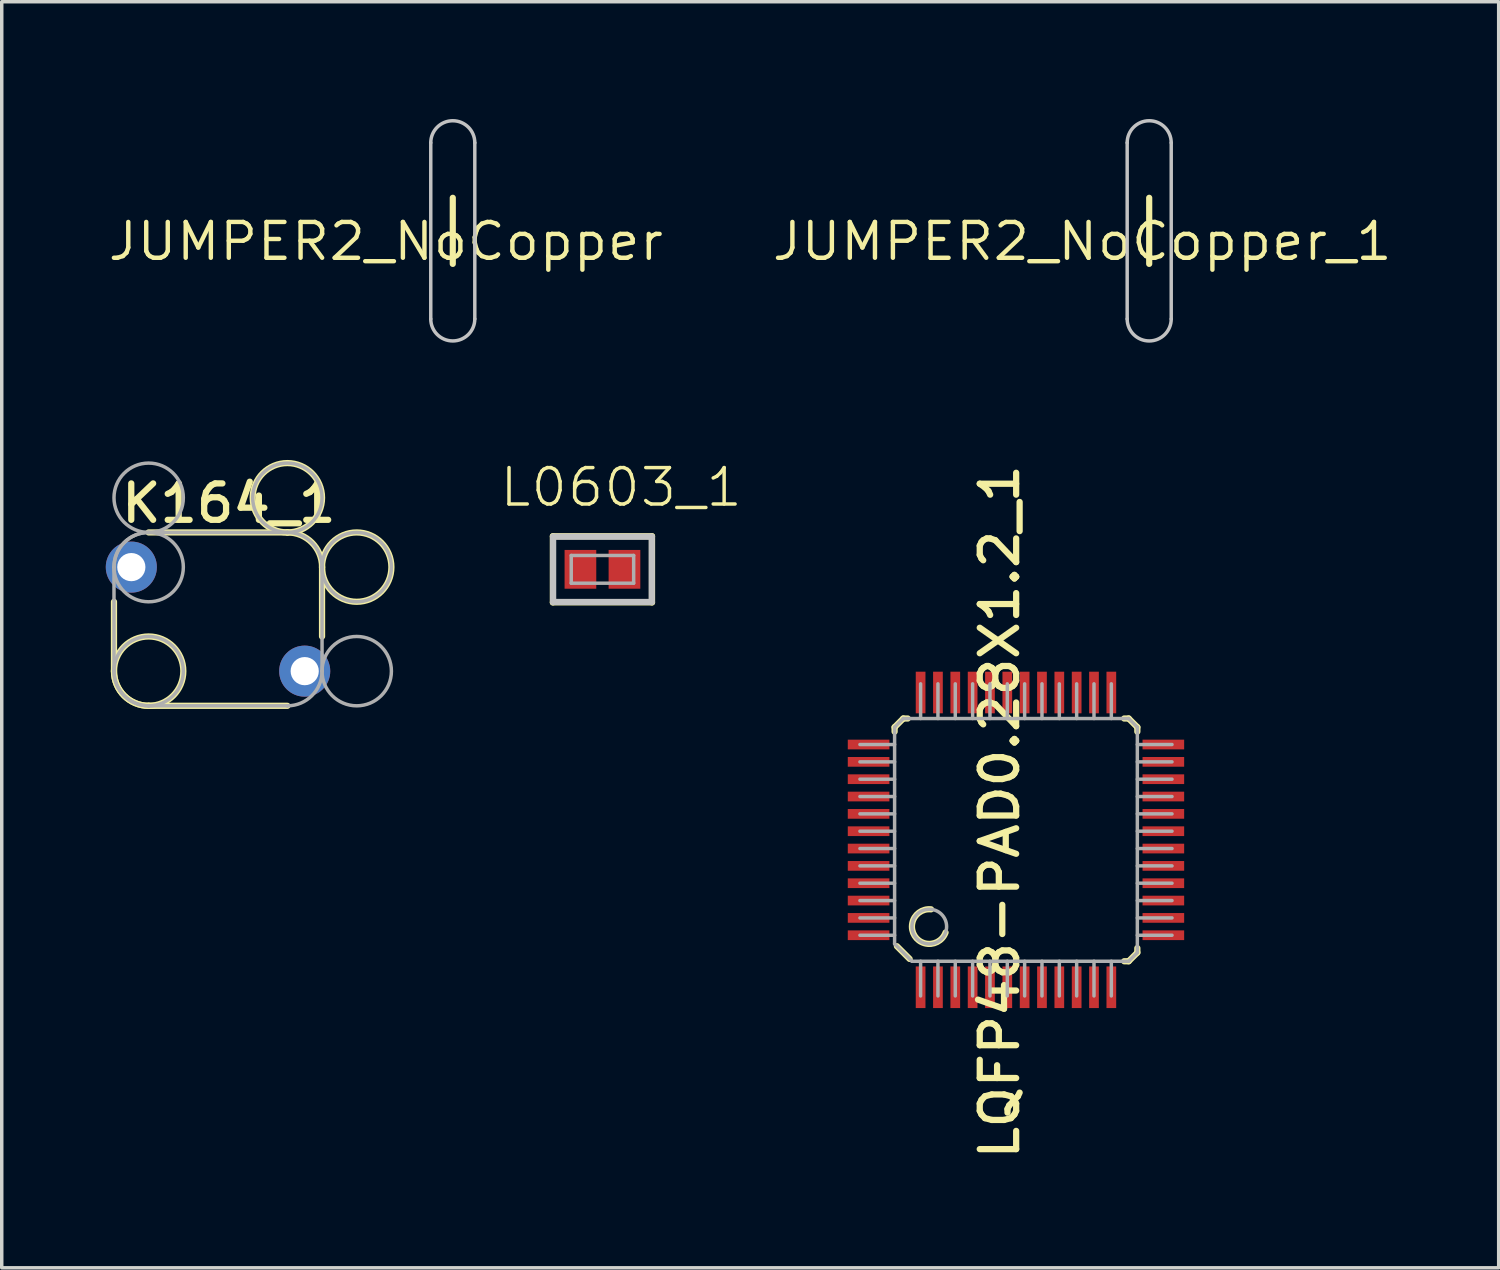
<source format=kicad_pcb>
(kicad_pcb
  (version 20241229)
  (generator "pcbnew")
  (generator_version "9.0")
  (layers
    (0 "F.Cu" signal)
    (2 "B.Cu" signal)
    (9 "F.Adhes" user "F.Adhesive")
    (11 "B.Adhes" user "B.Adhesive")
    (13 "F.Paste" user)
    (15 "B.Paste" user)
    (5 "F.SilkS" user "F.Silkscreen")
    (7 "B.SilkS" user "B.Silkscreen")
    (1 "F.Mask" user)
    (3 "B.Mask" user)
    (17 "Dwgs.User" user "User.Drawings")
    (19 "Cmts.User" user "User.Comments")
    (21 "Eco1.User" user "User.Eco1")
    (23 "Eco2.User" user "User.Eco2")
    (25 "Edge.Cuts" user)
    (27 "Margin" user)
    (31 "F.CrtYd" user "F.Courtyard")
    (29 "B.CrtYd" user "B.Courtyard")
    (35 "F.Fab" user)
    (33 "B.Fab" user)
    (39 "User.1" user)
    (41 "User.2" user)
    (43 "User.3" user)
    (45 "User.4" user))
  (footprint "LQFP48-PAD0.28X1.2_1"
    (layer "F.Cu")
    (at 26.248 21.17)
    (property "Reference" "LQFP48-PAD0.28X1.2_1" (at -0.471 -0.808 90) (unlocked yes) (layer "F.SilkS") (effects (font (size 1.05 1.104) (thickness 0.18))))
    (attr smd)
    (fp_line (start -3.5 -3.25) (end -3.25 -3.5) (stroke (width 0.18) (type solid)) (layer "F.SilkS"))
    (fp_line (start -3.5 -3.121) (end -3.5 -3.25) (stroke (width 0.18) (type solid)) (layer "F.SilkS"))
    (fp_line (start -3.433 3.067) (end -3.067 3.433) (stroke (width 0.18) (type solid)) (layer "F.SilkS"))
    (fp_line (start -3.25 -3.5) (end -3.121 -3.5) (stroke (width 0.18) (type solid)) (layer "F.SilkS"))
    (fp_line (start 3.121 -3.5) (end 3.25 -3.5) (stroke (width 0.18) (type solid)) (layer "F.SilkS"))
    (fp_line (start 3.121 3.5) (end 3.25 3.5) (stroke (width 0.18) (type solid)) (layer "F.SilkS"))
    (fp_line (start 3.25 -3.5) (end 3.5 -3.25) (stroke (width 0.18) (type solid)) (layer "F.SilkS"))
    (fp_line (start 3.25 3.5) (end 3.5 3.25) (stroke (width 0.18) (type solid)) (layer "F.SilkS"))
    (fp_line (start 3.5 -3.121) (end 3.5 -3.25) (stroke (width 0.18) (type solid)) (layer "F.SilkS"))
    (fp_line (start 3.5 3.25) (end 3.5 3.121) (stroke (width 0.18) (type solid)) (layer "F.SilkS"))
    (fp_arc (start -2.030453 2.671816) (mid -2.924005 2.764944) (end -2.448595 2.002649) (stroke (width 0.18) (type solid)) (layer "F.SilkS"))
    (fp_line (start -4.5 -2.75) (end -3.5 -2.75) (stroke (width 0.1) (type solid)) (layer "F.Fab"))
    (fp_line (start -4.5 -2.25) (end -3.5 -2.25) (stroke (width 0.1) (type solid)) (layer "F.Fab"))
    (fp_line (start -4.5 -1.75) (end -3.5 -1.75) (stroke (width 0.1) (type solid)) (layer "F.Fab"))
    (fp_line (start -4.5 -1.25) (end -3.5 -1.25) (stroke (width 0.1) (type solid)) (layer "F.Fab"))
    (fp_line (start -4.5 -0.75) (end -3.5 -0.75) (stroke (width 0.1) (type solid)) (layer "F.Fab"))
    (fp_line (start -4.5 -0.25) (end -3.5 -0.25) (stroke (width 0.1) (type solid)) (layer "F.Fab"))
    (fp_line (start -4.5 0.25) (end -3.5 0.25) (stroke (width 0.1) (type solid)) (layer "F.Fab"))
    (fp_line (start -4.5 0.75) (end -3.5 0.75) (stroke (width 0.1) (type solid)) (layer "F.Fab"))
    (fp_line (start -4.5 1.25) (end -3.5 1.25) (stroke (width 0.1) (type solid)) (layer "F.Fab"))
    (fp_line (start -4.5 1.75) (end -3.5 1.75) (stroke (width 0.1) (type solid)) (layer "F.Fab"))
    (fp_line (start -4.5 2.25) (end -3.5 2.25) (stroke (width 0.1) (type solid)) (layer "F.Fab"))
    (fp_line (start -4.5 2.75) (end -3.5 2.75) (stroke (width 0.1) (type solid)) (layer "F.Fab"))
    (fp_line (start -3.5 -3.25) (end -3.25 -3.5) (stroke (width 0.1) (type solid)) (layer "F.Fab"))
    (fp_line (start -3.5 3) (end -3.5 -3.25) (stroke (width 0.1) (type solid)) (layer "F.Fab"))
    (fp_line (start -3.5 3) (end -3 3.5) (stroke (width 0.1) (type solid)) (layer "F.Fab"))
    (fp_line (start -3.25 -3.5) (end 3.25 -3.5) (stroke (width 0.1) (type solid)) (layer "F.Fab"))
    (fp_line (start -3 3.5) (end 3.25 3.5) (stroke (width 0.1) (type solid)) (layer "F.Fab"))
    (fp_line (start -2.75 -3.5) (end -2.75 -4.5) (stroke (width 0.1) (type solid)) (layer "F.Fab"))
    (fp_line (start -2.75 4.5) (end -2.75 3.5) (stroke (width 0.1) (type solid)) (layer "F.Fab"))
    (fp_line (start -2.25 -3.5) (end -2.25 -4.5) (stroke (width 0.1) (type solid)) (layer "F.Fab"))
    (fp_line (start -2.25 4.5) (end -2.25 3.5) (stroke (width 0.1) (type solid)) (layer "F.Fab"))
    (fp_line (start -1.75 -3.5) (end -1.75 -4.5) (stroke (width 0.1) (type solid)) (layer "F.Fab"))
    (fp_line (start -1.75 4.5) (end -1.75 3.5) (stroke (width 0.1) (type solid)) (layer "F.Fab"))
    (fp_line (start -1.25 -3.5) (end -1.25 -4.5) (stroke (width 0.1) (type solid)) (layer "F.Fab"))
    (fp_line (start -1.25 4.5) (end -1.25 3.5) (stroke (width 0.1) (type solid)) (layer "F.Fab"))
    (fp_line (start -0.75 -3.5) (end -0.75 -4.5) (stroke (width 0.1) (type solid)) (layer "F.Fab"))
    (fp_line (start -0.75 4.5) (end -0.75 3.5) (stroke (width 0.1) (type solid)) (layer "F.Fab"))
    (fp_line (start -0.25 -3.5) (end -0.25 -4.5) (stroke (width 0.1) (type solid)) (layer "F.Fab"))
    (fp_line (start -0.25 4.5) (end -0.25 3.5) (stroke (width 0.1) (type solid)) (layer "F.Fab"))
    (fp_line (start 0.25 -3.5) (end 0.25 -4.5) (stroke (width 0.1) (type solid)) (layer "F.Fab"))
    (fp_line (start 0.25 4.5) (end 0.25 3.5) (stroke (width 0.1) (type solid)) (layer "F.Fab"))
    (fp_line (start 0.75 -3.5) (end 0.75 -4.5) (stroke (width 0.1) (type solid)) (layer "F.Fab"))
    (fp_line (start 0.75 4.5) (end 0.75 3.5) (stroke (width 0.1) (type solid)) (layer "F.Fab"))
    (fp_line (start 1.25 -3.5) (end 1.25 -4.5) (stroke (width 0.1) (type solid)) (layer "F.Fab"))
    (fp_line (start 1.25 4.5) (end 1.25 3.5) (stroke (width 0.1) (type solid)) (layer "F.Fab"))
    (fp_line (start 1.75 -3.5) (end 1.75 -4.5) (stroke (width 0.1) (type solid)) (layer "F.Fab"))
    (fp_line (start 1.75 4.5) (end 1.75 3.5) (stroke (width 0.1) (type solid)) (layer "F.Fab"))
    (fp_line (start 2.25 -3.5) (end 2.25 -4.5) (stroke (width 0.1) (type solid)) (layer "F.Fab"))
    (fp_line (start 2.25 4.5) (end 2.25 3.5) (stroke (width 0.1) (type solid)) (layer "F.Fab"))
    (fp_line (start 2.75 -3.5) (end 2.75 -4.5) (stroke (width 0.1) (type solid)) (layer "F.Fab"))
    (fp_line (start 2.75 4.5) (end 2.75 3.5) (stroke (width 0.1) (type solid)) (layer "F.Fab"))
    (fp_line (start 3.25 -3.5) (end 3.5 -3.25) (stroke (width 0.1) (type solid)) (layer "F.Fab"))
    (fp_line (start 3.25 3.5) (end 3.5 3.25) (stroke (width 0.1) (type solid)) (layer "F.Fab"))
    (fp_line (start 3.5 -2.75) (end 4.5 -2.75) (stroke (width 0.1) (type solid)) (layer "F.Fab"))
    (fp_line (start 3.5 -2.25) (end 4.5 -2.25) (stroke (width 0.1) (type solid)) (layer "F.Fab"))
    (fp_line (start 3.5 -1.75) (end 4.5 -1.75) (stroke (width 0.1) (type solid)) (layer "F.Fab"))
    (fp_line (start 3.5 -1.25) (end 4.5 -1.25) (stroke (width 0.1) (type solid)) (layer "F.Fab"))
    (fp_line (start 3.5 -0.75) (end 4.5 -0.75) (stroke (width 0.1) (type solid)) (layer "F.Fab"))
    (fp_line (start 3.5 -0.25) (end 4.5 -0.25) (stroke (width 0.1) (type solid)) (layer "F.Fab"))
    (fp_line (start 3.5 0.25) (end 4.5 0.25) (stroke (width 0.1) (type solid)) (layer "F.Fab"))
    (fp_line (start 3.5 0.75) (end 4.5 0.75) (stroke (width 0.1) (type solid)) (layer "F.Fab"))
    (fp_line (start 3.5 1.25) (end 4.5 1.25) (stroke (width 0.1) (type solid)) (layer "F.Fab"))
    (fp_line (start 3.5 1.75) (end 4.5 1.75) (stroke (width 0.1) (type solid)) (layer "F.Fab"))
    (fp_line (start 3.5 2.25) (end 4.5 2.25) (stroke (width 0.1) (type solid)) (layer "F.Fab"))
    (fp_line (start 3.5 2.75) (end 4.5 2.75) (stroke (width 0.1) (type solid)) (layer "F.Fab"))
    (fp_line (start 3.5 3.25) (end 3.5 -3.25) (stroke (width 0.1) (type solid)) (layer "F.Fab"))
    (fp_circle (center -2.5 2.5) (end -2 2.5) (stroke (width 0.1) (type solid)) (fill no) (layer "F.Fab"))
    (pad "1" smd rect (at -2.75 4.25) (size 0.28 1.2) (layers "F.Cu" "F.Mask" "F.Paste"))
    (pad "2" smd rect (at -2.25 4.25) (size 0.28 1.2) (layers "F.Cu" "F.Mask" "F.Paste"))
    (pad "3" smd rect (at -1.75 4.25) (size 0.28 1.2) (layers "F.Cu" "F.Mask" "F.Paste"))
    (pad "4" smd rect (at -1.25 4.25) (size 0.28 1.2) (layers "F.Cu" "F.Mask" "F.Paste"))
    (pad "5" smd rect (at -0.75 4.25) (size 0.28 1.2) (layers "F.Cu" "F.Mask" "F.Paste"))
    (pad "6" smd rect (at -0.25 4.25) (size 0.28 1.2) (layers "F.Cu" "F.Mask" "F.Paste"))
    (pad "7" smd rect (at 0.25 4.25) (size 0.28 1.2) (layers "F.Cu" "F.Mask" "F.Paste"))
    (pad "8" smd rect (at 0.75 4.25) (size 0.28 1.2) (layers "F.Cu" "F.Mask" "F.Paste"))
    (pad "9" smd rect (at 1.25 4.25) (size 0.28 1.2) (layers "F.Cu" "F.Mask" "F.Paste"))
    (pad "10" smd rect (at 1.75 4.25) (size 0.28 1.2) (layers "F.Cu" "F.Mask" "F.Paste"))
    (pad "11" smd rect (at 2.25 4.25) (size 0.28 1.2) (layers "F.Cu" "F.Mask" "F.Paste"))
    (pad "12" smd rect (at 2.75 4.25) (size 0.28 1.2) (layers "F.Cu" "F.Mask" "F.Paste"))
    (pad "13" smd rect (at 4.25 2.75 90) (size 0.28 1.2) (layers "F.Cu" "F.Mask" "F.Paste"))
    (pad "14" smd rect (at 4.25 2.25 90) (size 0.28 1.2) (layers "F.Cu" "F.Mask" "F.Paste"))
    (pad "15" smd rect (at 4.25 1.75 90) (size 0.28 1.2) (layers "F.Cu" "F.Mask" "F.Paste"))
    (pad "16" smd rect (at 4.25 1.25 90) (size 0.28 1.2) (layers "F.Cu" "F.Mask" "F.Paste"))
    (pad "17" smd rect (at 4.25 0.75 90) (size 0.28 1.2) (layers "F.Cu" "F.Mask" "F.Paste"))
    (pad "18" smd rect (at 4.25 0.25 90) (size 0.28 1.2) (layers "F.Cu" "F.Mask" "F.Paste"))
    (pad "19" smd rect (at 4.25 -0.25 90) (size 0.28 1.2) (layers "F.Cu" "F.Mask" "F.Paste"))
    (pad "20" smd rect (at 4.25 -0.75 90) (size 0.28 1.2) (layers "F.Cu" "F.Mask" "F.Paste"))
    (pad "21" smd rect (at 4.25 -1.25 90) (size 0.28 1.2) (layers "F.Cu" "F.Mask" "F.Paste"))
    (pad "22" smd rect (at 4.25 -1.75 90) (size 0.28 1.2) (layers "F.Cu" "F.Mask" "F.Paste"))
    (pad "23" smd rect (at 4.25 -2.25 90) (size 0.28 1.2) (layers "F.Cu" "F.Mask" "F.Paste"))
    (pad "24" smd rect (at 4.25 -2.75 90) (size 0.28 1.2) (layers "F.Cu" "F.Mask" "F.Paste"))
    (pad "25" smd rect (at 2.75 -4.25) (size 0.28 1.2) (layers "F.Cu" "F.Mask" "F.Paste"))
    (pad "26" smd rect (at 2.25 -4.25) (size 0.28 1.2) (layers "F.Cu" "F.Mask" "F.Paste"))
    (pad "27" smd rect (at 1.75 -4.25) (size 0.28 1.2) (layers "F.Cu" "F.Mask" "F.Paste"))
    (pad "28" smd rect (at 1.25 -4.25) (size 0.28 1.2) (layers "F.Cu" "F.Mask" "F.Paste"))
    (pad "29" smd rect (at 0.75 -4.25) (size 0.28 1.2) (layers "F.Cu" "F.Mask" "F.Paste"))
    (pad "30" smd rect (at 0.25 -4.25) (size 0.28 1.2) (layers "F.Cu" "F.Mask" "F.Paste"))
    (pad "31" smd rect (at -0.25 -4.25) (size 0.28 1.2) (layers "F.Cu" "F.Mask" "F.Paste"))
    (pad "32" smd rect (at -0.75 -4.25) (size 0.28 1.2) (layers "F.Cu" "F.Mask" "F.Paste"))
    (pad "33" smd rect (at -1.25 -4.25) (size 0.28 1.2) (layers "F.Cu" "F.Mask" "F.Paste"))
    (pad "34" smd rect (at -1.75 -4.25) (size 0.28 1.2) (layers "F.Cu" "F.Mask" "F.Paste"))
    (pad "35" smd rect (at -2.25 -4.25) (size 0.28 1.2) (layers "F.Cu" "F.Mask" "F.Paste"))
    (pad "36" smd rect (at -2.75 -4.25) (size 0.28 1.2) (layers "F.Cu" "F.Mask" "F.Paste"))
    (pad "37" smd rect (at -4.25 -2.75 90) (size 0.28 1.2) (layers "F.Cu" "F.Mask" "F.Paste"))
    (pad "38" smd rect (at -4.25 -2.25 90) (size 0.28 1.2) (layers "F.Cu" "F.Mask" "F.Paste"))
    (pad "39" smd rect (at -4.25 -1.75 90) (size 0.28 1.2) (layers "F.Cu" "F.Mask" "F.Paste"))
    (pad "40" smd rect (at -4.25 -1.25 90) (size 0.28 1.2) (layers "F.Cu" "F.Mask" "F.Paste"))
    (pad "41" smd rect (at -4.25 -0.75 90) (size 0.28 1.2) (layers "F.Cu" "F.Mask" "F.Paste"))
    (pad "42" smd rect (at -4.25 -0.25 90) (size 0.28 1.2) (layers "F.Cu" "F.Mask" "F.Paste"))
    (pad "43" smd rect (at -4.25 0.25 90) (size 0.28 1.2) (layers "F.Cu" "F.Mask" "F.Paste"))
    (pad "44" smd rect (at -4.25 0.75 90) (size 0.28 1.2) (layers "F.Cu" "F.Mask" "F.Paste"))
    (pad "45" smd rect (at -4.25 1.25 90) (size 0.28 1.2) (layers "F.Cu" "F.Mask" "F.Paste"))
    (pad "46" smd rect (at -4.25 1.75 90) (size 0.28 1.2) (layers "F.Cu" "F.Mask" "F.Paste"))
    (pad "47" smd rect (at -4.25 2.25 90) (size 0.28 1.2) (layers "F.Cu" "F.Mask" "F.Paste"))
    (pad "48" smd rect (at -4.25 2.75 90) (size 0.28 1.2) (layers "F.Cu" "F.Mask" "F.Paste")))
  (footprint "JUMPER2_NoCopper"
    (placed yes)
    (layer "F.Cu")
    (at 10.007 3.607)
    (property "Reference" "JUMPER2_NoCopper" (at -1.93 0.305 0) (unlocked yes) (layer "F.SilkS") (effects (font (size 1.033 1.087) (thickness 0.127))))
    (attr exclude_from_pos_files exclude_from_bom)
    (fp_line (start 0 -0.953) (end 0 0.953) (stroke (width 0.178) (type solid)) (layer "F.SilkS"))
    (fp_line (start -0.635 2.54) (end -0.635 -2.54) (stroke (width 0.1) (type solid)) (layer "Dwgs.User"))
    (fp_line (start 0.635 2.54) (end 0.635 -2.54) (stroke (width 0.1) (type solid)) (layer "Dwgs.User"))
    (fp_arc (start -0.635 -2.54) (mid 0 -3.175) (end 0.635 -2.54) (stroke (width 0.1) (type solid)) (layer "Dwgs.User"))
    (fp_arc (start 0.635 2.54) (mid 0 3.175) (end -0.635 2.54) (stroke (width 0.1) (type solid)) (layer "Dwgs.User"))
    (pad "" smd circle (at 0 -2.489) (size 2.235 2.235) (layers "F.Mask"))
    (pad "" smd circle (at 0 2.489) (size 2.235 2.235) (layers "F.Mask")))
  (footprint "L0603_1"
    (layer "F.Cu")
    (at 14.323 13.368)
    (property "Reference" "L0603_1" (at 0.539 -2.365 0) (unlocked yes) (layer "F.SilkS") (effects (font (size 1.05 1.104) (thickness 0.1))))
    (attr smd)
    (fp_line (start -1.429 -0.953) (end 1.429 -0.953) (stroke (width 0.18) (type solid)) (layer "F.SilkS"))
    (fp_line (start -1.429 0.953) (end -1.429 -0.953) (stroke (width 0.18) (type solid)) (layer "F.SilkS"))
    (fp_line (start -1.429 0.953) (end 1.429 0.953) (stroke (width 0.18) (type solid)) (layer "F.SilkS"))
    (fp_line (start 1.429 0.953) (end 1.429 -0.953) (stroke (width 0.18) (type solid)) (layer "F.SilkS"))
    (fp_line (start -1.422 -0.94) (end 1.422 -0.94) (stroke (width 0.178) (type solid)) (layer "Dwgs.User"))
    (fp_line (start -1.422 0.94) (end -1.422 -0.94) (stroke (width 0.178) (type solid)) (layer "Dwgs.User"))
    (fp_line (start -1.422 0.94) (end 1.422 0.94) (stroke (width 0.178) (type solid)) (layer "Dwgs.User"))
    (fp_line (start 1.422 0.94) (end 1.422 -0.94) (stroke (width 0.178) (type solid)) (layer "Dwgs.User"))
    (fp_line (start -0.9 -0.4) (end 0.9 -0.4) (stroke (width 0.1) (type solid)) (layer "F.Fab"))
    (fp_line (start -0.9 0.4) (end -0.9 -0.4) (stroke (width 0.1) (type solid)) (layer "F.Fab"))
    (fp_line (start -0.9 0.4) (end 0.9 0.4) (stroke (width 0.1) (type solid)) (layer "F.Fab"))
    (fp_line (start 0.9 0.4) (end 0.9 -0.4) (stroke (width 0.1) (type solid)) (layer "F.Fab"))
    (pad "1" smd rect (at -0.635 0) (size 0.914 1.118) (layers "F.Cu" "F.Mask" "F.Paste"))
    (pad "2" smd rect (at 0.635 0) (size 0.914 1.118) (layers "F.Cu" "F.Mask" "F.Paste")))
  (footprint "JUMPER2_NoCopper_1"
    (layer "F.Cu")
    (at 30.09 3.607)
    (property "Reference" "JUMPER2_NoCopper_1" (at -1.93 0.305 0) (unlocked yes) (layer "F.SilkS") (effects (font (size 1.033 1.087) (thickness 0.127))))
    (attr exclude_from_pos_files exclude_from_bom)
    (fp_line (start 0 -0.953) (end 0 0.953) (stroke (width 0.178) (type solid)) (layer "F.SilkS"))
    (fp_line (start -0.635 2.54) (end -0.635 -2.54) (stroke (width 0.1) (type solid)) (layer "Dwgs.User"))
    (fp_line (start 0.635 2.54) (end 0.635 -2.54) (stroke (width 0.1) (type solid)) (layer "Dwgs.User"))
    (fp_arc (start -0.635 -2.54) (mid 0 -3.175) (end 0.635 -2.54) (stroke (width 0.1) (type solid)) (layer "Dwgs.User"))
    (fp_arc (start 0.635 2.54) (mid 0 3.175) (end -0.635 2.54) (stroke (width 0.1) (type solid)) (layer "Dwgs.User"))
    (pad "" smd circle (at 0 -2.489) (size 2.235 2.235) (layers "F.Mask"))
    (pad "" smd circle (at 0 2.489) (size 2.235 2.235) (layers "F.Mask")))
  (footprint "K164_1"
    (layer "F.Cu")
    (at 3.237 14.804)
    (property "Reference" "K164_1" (at 0.311 -3.34 0) (unlocked yes) (layer "F.SilkS") (effects (font (size 1.05 1.104) (thickness 0.18))))
    (attr smd)
    (fp_line (start -3 1.5) (end -3 -0.5) (stroke (width 0.18) (type solid)) (layer "F.SilkS"))
    (fp_line (start -2 2.5) (end -2 2.5) (stroke (width 0.18) (type solid)) (layer "F.SilkS"))
    (fp_line (start -2 -2.5) (end 2 -2.5) (stroke (width 0.18) (type solid)) (layer "F.SilkS"))
    (fp_line (start -2 2.5) (end 2 2.5) (stroke (width 0.18) (type solid)) (layer "F.SilkS"))
    (fp_line (start 2 -2.5) (end 2 -2.5) (stroke (width 0.18) (type solid)) (layer "F.SilkS"))
    (fp_line (start 3 -1.5) (end 3 -1.5) (stroke (width 0.18) (type solid)) (layer "F.SilkS"))
    (fp_line (start 3 0.5) (end 3 -1.5) (stroke (width 0.18) (type solid)) (layer "F.SilkS"))
    (fp_arc (start -2.00001 2.5) (mid -2.70711 2.20711) (end -3 1.50001) (stroke (width 0.18) (type solid)) (layer "F.SilkS"))
    (fp_arc (start 2.00001 -2.5) (mid 2.70711 -2.20711) (end 3 -1.50001) (stroke (width 0.18) (type solid)) (layer "F.SilkS"))
    (fp_circle (center -2 1.5) (end -1 1.5) (stroke (width 0.18) (type solid)) (fill no) (layer "F.SilkS"))
    (fp_circle (center 2 -3.5) (end 3 -3.5) (stroke (width 0.18) (type solid)) (fill no) (layer "F.SilkS"))
    (fp_circle (center 4 -1.5) (end 5 -1.5) (stroke (width 0.18) (type solid)) (fill no) (layer "F.SilkS"))
    (fp_line (start -3 -1.5) (end -3 -1.5) (stroke (width 0.1) (type solid)) (layer "F.Fab"))
    (fp_line (start -3 1.5) (end -3 -1.5) (stroke (width 0.1) (type solid)) (layer "F.Fab"))
    (fp_line (start -3 1.5) (end -3 1.5) (stroke (width 0.1) (type solid)) (layer "F.Fab"))
    (fp_line (start -2 -2.5) (end -2 -2.5) (stroke (width 0.1) (type solid)) (layer "F.Fab"))
    (fp_line (start -2 2.5) (end -2 2.5) (stroke (width 0.1) (type solid)) (layer "F.Fab"))
    (fp_line (start -2 -2.5) (end 2 -2.5) (stroke (width 0.1) (type solid)) (layer "F.Fab"))
    (fp_line (start -2 2.5) (end 2 2.5) (stroke (width 0.1) (type solid)) (layer "F.Fab"))
    (fp_line (start 2 -2.5) (end 2 -2.5) (stroke (width 0.1) (type solid)) (layer "F.Fab"))
    (fp_line (start 2 2.5) (end 2 2.5) (stroke (width 0.1) (type solid)) (layer "F.Fab"))
    (fp_line (start 3 -1.5) (end 3 -1.5) (stroke (width 0.1) (type solid)) (layer "F.Fab"))
    (fp_line (start 3 1.5) (end 3 -1.5) (stroke (width 0.1) (type solid)) (layer "F.Fab"))
    (fp_line (start 3 1.5) (end 3 1.5) (stroke (width 0.1) (type solid)) (layer "F.Fab"))
    (fp_arc (start -3 -1.50001) (mid -2.70711 -2.20711) (end -2.00001 -2.5) (stroke (width 0.1) (type solid)) (layer "F.Fab"))
    (fp_arc (start -2.00001 2.5) (mid -2.70711 2.20711) (end -3 1.50001) (stroke (width 0.1) (type solid)) (layer "F.Fab"))
    (fp_arc (start 2.00001 -2.5) (mid 2.70711 -2.20711) (end 3 -1.50001) (stroke (width 0.1) (type solid)) (layer "F.Fab"))
    (fp_arc (start 3 1.50001) (mid 2.70711 2.20711) (end 2.00001 2.5) (stroke (width 0.1) (type solid)) (layer "F.Fab"))
    (fp_circle (center -2 -3.5) (end -1 -3.5) (stroke (width 0.1) (type solid)) (fill no) (layer "F.Fab"))
    (fp_circle (center -2 -1.5) (end -1 -1.5) (stroke (width 0.1) (type solid)) (fill no) (layer "F.Fab"))
    (fp_circle (center -2 1.5) (end -1 1.5) (stroke (width 0.1) (type solid)) (fill no) (layer "F.Fab"))
    (fp_circle (center 2 -3.5) (end 3 -3.5) (stroke (width 0.1) (type solid)) (fill no) (layer "F.Fab"))
    (fp_circle (center 4 -1.5) (end 5 -1.5) (stroke (width 0.1) (type solid)) (fill no) (layer "F.Fab"))
    (fp_circle (center 4 1.5) (end 5 1.5) (stroke (width 0.1) (type solid)) (fill no) (layer "F.Fab"))
    (pad "1" thru_hole circle (at -2.5 -1.5) (size 1.473 1.473) (drill 0.813) (layers "*.Cu" "*.Mask"))
    (pad "2" thru_hole circle (at 2.5 1.5) (size 1.473 1.473) (drill 0.813) (layers "*.Cu" "*.Mask")))
  (gr_rect
    (start -3 -3)
    (end 40.168 33.51)
    (stroke (width 0.1) (type default))
    (fill no)
    (layer "Edge.Cuts")))
</source>
